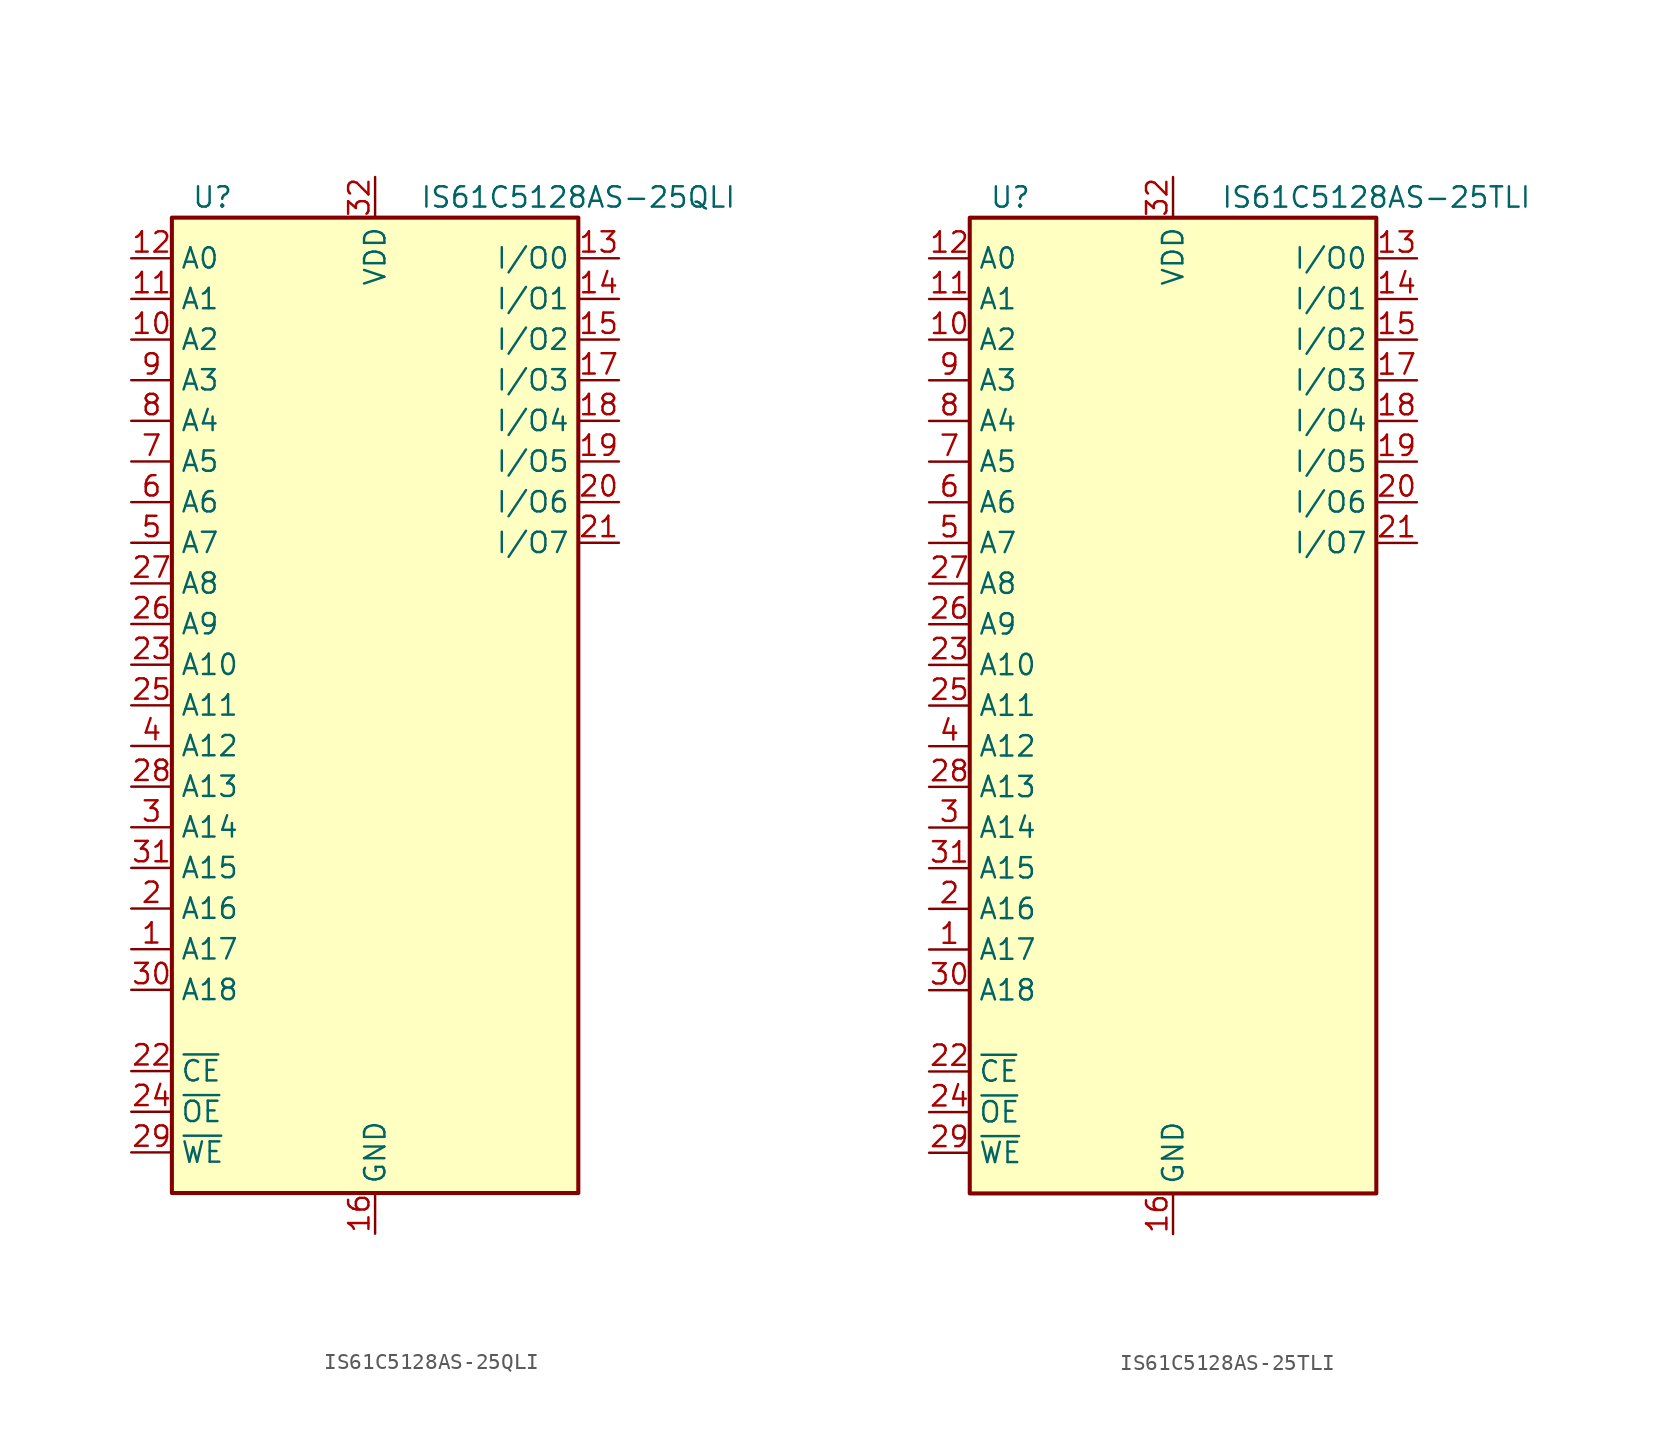
<source format=kicad_sym>
(kicad_symbol_lib
  (version 20211014)
  (generator kicad_symbol_editor)
  (symbol "IS61C5128AS-25QLI"
    (property "Reference" "U"
      (at -10.16 31.75 0)
      (effects (font (size 1.27 1.27))))
    (property "Value" "IS61C5128AS-25QLI"
      (at 12.7 31.75 0)
      (effects (font (size 1.27 1.27))))
    (symbol "IS61C5128AS-25QLI_0_1"
      (rectangle (start -12.7 30.48) (end 12.7 -30.48) (stroke (width 0.254) (type default) (color 0 0 0 0)) (fill (type background))))
    (symbol "IS61C5128AS-25QLI_1_1"
      (pin input line (at -15.24 -15.24 0) (length 2.54) (name "A17" (effects (font (size 1.27 1.27)))) (number "1" (effects (font (size 1.27 1.27)))))
      (pin input line (at -15.24 22.86 0) (length 2.54) (name "A2" (effects (font (size 1.27 1.27)))) (number "10" (effects (font (size 1.27 1.27)))))
      (pin input line (at -15.24 25.4 0) (length 2.54) (name "A1" (effects (font (size 1.27 1.27)))) (number "11" (effects (font (size 1.27 1.27)))))
      (pin input line (at -15.24 27.94 0) (length 2.54) (name "A0" (effects (font (size 1.27 1.27)))) (number "12" (effects (font (size 1.27 1.27)))))
      (pin bidirectional line (at 15.24 27.94 180) (length 2.54) (name "I/O0" (effects (font (size 1.27 1.27)))) (number "13" (effects (font (size 1.27 1.27)))))
      (pin bidirectional line (at 15.24 25.4 180) (length 2.54) (name "I/O1" (effects (font (size 1.27 1.27)))) (number "14" (effects (font (size 1.27 1.27)))))
      (pin bidirectional line (at 15.24 22.86 180) (length 2.54) (name "I/O2" (effects (font (size 1.27 1.27)))) (number "15" (effects (font (size 1.27 1.27)))))
      (pin power_in line (at 0 -33.02 90) (length 2.54) (name "GND" (effects (font (size 1.27 1.27)))) (number "16" (effects (font (size 1.27 1.27)))))
      (pin bidirectional line (at 15.24 20.32 180) (length 2.54) (name "I/O3" (effects (font (size 1.27 1.27)))) (number "17" (effects (font (size 1.27 1.27)))))
      (pin bidirectional line (at 15.24 17.78 180) (length 2.54) (name "I/O4" (effects (font (size 1.27 1.27)))) (number "18" (effects (font (size 1.27 1.27)))))
      (pin bidirectional line (at 15.24 15.24 180) (length 2.54) (name "I/O5" (effects (font (size 1.27 1.27)))) (number "19" (effects (font (size 1.27 1.27)))))
      (pin input line (at -15.24 -12.7 0) (length 2.54) (name "A16" (effects (font (size 1.27 1.27)))) (number "2" (effects (font (size 1.27 1.27)))))
      (pin bidirectional line (at 15.24 12.7 180) (length 2.54) (name "I/O6" (effects (font (size 1.27 1.27)))) (number "20" (effects (font (size 1.27 1.27)))))
      (pin bidirectional line (at 15.24 10.16 180) (length 2.54) (name "I/O7" (effects (font (size 1.27 1.27)))) (number "21" (effects (font (size 1.27 1.27)))))
      (pin input line (at -15.24 -22.86 0) (length 2.54) (name "~{CE}" (effects (font (size 1.27 1.27)))) (number "22" (effects (font (size 1.27 1.27)))))
      (pin input line (at -15.24 2.54 0) (length 2.54) (name "A10" (effects (font (size 1.27 1.27)))) (number "23" (effects (font (size 1.27 1.27)))))
      (pin input line (at -15.24 -25.4 0) (length 2.54) (name "~{OE}" (effects (font (size 1.27 1.27)))) (number "24" (effects (font (size 1.27 1.27)))))
      (pin input line (at -15.24 0 0) (length 2.54) (name "A11" (effects (font (size 1.27 1.27)))) (number "25" (effects (font (size 1.27 1.27)))))
      (pin input line (at -15.24 5.08 0) (length 2.54) (name "A9" (effects (font (size 1.27 1.27)))) (number "26" (effects (font (size 1.27 1.27)))))
      (pin input line (at -15.24 7.62 0) (length 2.54) (name "A8" (effects (font (size 1.27 1.27)))) (number "27" (effects (font (size 1.27 1.27)))))
      (pin input line (at -15.24 -5.08 0) (length 2.54) (name "A13" (effects (font (size 1.27 1.27)))) (number "28" (effects (font (size 1.27 1.27)))))
      (pin input line (at -15.24 -27.94 0) (length 2.54) (name "~{WE}" (effects (font (size 1.27 1.27)))) (number "29" (effects (font (size 1.27 1.27)))))
      (pin input line (at -15.24 -7.62 0) (length 2.54) (name "A14" (effects (font (size 1.27 1.27)))) (number "3" (effects (font (size 1.27 1.27)))))
      (pin input line (at -15.24 -17.78 0) (length 2.54) (name "A18" (effects (font (size 1.27 1.27)))) (number "30" (effects (font (size 1.27 1.27)))))
      (pin input line (at -15.24 -10.16 0) (length 2.54) (name "A15" (effects (font (size 1.27 1.27)))) (number "31" (effects (font (size 1.27 1.27)))))
      (pin power_in line (at 0 33.02 270) (length 2.54) (name "VDD" (effects (font (size 1.27 1.27)))) (number "32" (effects (font (size 1.27 1.27)))))
      (pin input line (at -15.24 -2.54 0) (length 2.54) (name "A12" (effects (font (size 1.27 1.27)))) (number "4" (effects (font (size 1.27 1.27)))))
      (pin input line (at -15.24 10.16 0) (length 2.54) (name "A7" (effects (font (size 1.27 1.27)))) (number "5" (effects (font (size 1.27 1.27)))))
      (pin input line (at -15.24 12.7 0) (length 2.54) (name "A6" (effects (font (size 1.27 1.27)))) (number "6" (effects (font (size 1.27 1.27)))))
      (pin input line (at -15.24 15.24 0) (length 2.54) (name "A5" (effects (font (size 1.27 1.27)))) (number "7" (effects (font (size 1.27 1.27)))))
      (pin input line (at -15.24 17.78 0) (length 2.54) (name "A4" (effects (font (size 1.27 1.27)))) (number "8" (effects (font (size 1.27 1.27)))))
      (pin input line (at -15.24 20.32 0) (length 2.54) (name "A3" (effects (font (size 1.27 1.27)))) (number "9" (effects (font (size 1.27 1.27)))))))
  (symbol "IS61C5128AS-25TLI"
    (property "Reference" "U"
      (at -10.16 31.75 0)
      (effects (font (size 1.27 1.27))))
    (property "Value" "IS61C5128AS-25TLI"
      (at 12.7 31.75 0)
      (effects (font (size 1.27 1.27))))
    (symbol "IS61C5128AS-25TLI_0_1"
      (rectangle (start -12.7 30.48) (end 12.7 -30.48) (stroke (width 0.254) (type default) (color 0 0 0 0)) (fill (type background))))
    (symbol "IS61C5128AS-25TLI_1_1"
      (pin input line (at -15.24 -15.24 0) (length 2.54) (name "A17" (effects (font (size 1.27 1.27)))) (number "1" (effects (font (size 1.27 1.27)))))
      (pin input line (at -15.24 22.86 0) (length 2.54) (name "A2" (effects (font (size 1.27 1.27)))) (number "10" (effects (font (size 1.27 1.27)))))
      (pin input line (at -15.24 25.4 0) (length 2.54) (name "A1" (effects (font (size 1.27 1.27)))) (number "11" (effects (font (size 1.27 1.27)))))
      (pin input line (at -15.24 27.94 0) (length 2.54) (name "A0" (effects (font (size 1.27 1.27)))) (number "12" (effects (font (size 1.27 1.27)))))
      (pin bidirectional line (at 15.24 27.94 180) (length 2.54) (name "I/O0" (effects (font (size 1.27 1.27)))) (number "13" (effects (font (size 1.27 1.27)))))
      (pin bidirectional line (at 15.24 25.4 180) (length 2.54) (name "I/O1" (effects (font (size 1.27 1.27)))) (number "14" (effects (font (size 1.27 1.27)))))
      (pin bidirectional line (at 15.24 22.86 180) (length 2.54) (name "I/O2" (effects (font (size 1.27 1.27)))) (number "15" (effects (font (size 1.27 1.27)))))
      (pin power_in line (at 0 -33.02 90) (length 2.54) (name "GND" (effects (font (size 1.27 1.27)))) (number "16" (effects (font (size 1.27 1.27)))))
      (pin bidirectional line (at 15.24 20.32 180) (length 2.54) (name "I/O3" (effects (font (size 1.27 1.27)))) (number "17" (effects (font (size 1.27 1.27)))))
      (pin bidirectional line (at 15.24 17.78 180) (length 2.54) (name "I/O4" (effects (font (size 1.27 1.27)))) (number "18" (effects (font (size 1.27 1.27)))))
      (pin bidirectional line (at 15.24 15.24 180) (length 2.54) (name "I/O5" (effects (font (size 1.27 1.27)))) (number "19" (effects (font (size 1.27 1.27)))))
      (pin input line (at -15.24 -12.7 0) (length 2.54) (name "A16" (effects (font (size 1.27 1.27)))) (number "2" (effects (font (size 1.27 1.27)))))
      (pin bidirectional line (at 15.24 12.7 180) (length 2.54) (name "I/O6" (effects (font (size 1.27 1.27)))) (number "20" (effects (font (size 1.27 1.27)))))
      (pin bidirectional line (at 15.24 10.16 180) (length 2.54) (name "I/O7" (effects (font (size 1.27 1.27)))) (number "21" (effects (font (size 1.27 1.27)))))
      (pin input line (at -15.24 -22.86 0) (length 2.54) (name "~{CE}" (effects (font (size 1.27 1.27)))) (number "22" (effects (font (size 1.27 1.27)))))
      (pin input line (at -15.24 2.54 0) (length 2.54) (name "A10" (effects (font (size 1.27 1.27)))) (number "23" (effects (font (size 1.27 1.27)))))
      (pin input line (at -15.24 -25.4 0) (length 2.54) (name "~{OE}" (effects (font (size 1.27 1.27)))) (number "24" (effects (font (size 1.27 1.27)))))
      (pin input line (at -15.24 0 0) (length 2.54) (name "A11" (effects (font (size 1.27 1.27)))) (number "25" (effects (font (size 1.27 1.27)))))
      (pin input line (at -15.24 5.08 0) (length 2.54) (name "A9" (effects (font (size 1.27 1.27)))) (number "26" (effects (font (size 1.27 1.27)))))
      (pin input line (at -15.24 7.62 0) (length 2.54) (name "A8" (effects (font (size 1.27 1.27)))) (number "27" (effects (font (size 1.27 1.27)))))
      (pin input line (at -15.24 -5.08 0) (length 2.54) (name "A13" (effects (font (size 1.27 1.27)))) (number "28" (effects (font (size 1.27 1.27)))))
      (pin input line (at -15.24 -27.94 0) (length 2.54) (name "~{WE}" (effects (font (size 1.27 1.27)))) (number "29" (effects (font (size 1.27 1.27)))))
      (pin input line (at -15.24 -7.62 0) (length 2.54) (name "A14" (effects (font (size 1.27 1.27)))) (number "3" (effects (font (size 1.27 1.27)))))
      (pin input line (at -15.24 -17.78 0) (length 2.54) (name "A18" (effects (font (size 1.27 1.27)))) (number "30" (effects (font (size 1.27 1.27)))))
      (pin input line (at -15.24 -10.16 0) (length 2.54) (name "A15" (effects (font (size 1.27 1.27)))) (number "31" (effects (font (size 1.27 1.27)))))
      (pin power_in line (at 0 33.02 270) (length 2.54) (name "VDD" (effects (font (size 1.27 1.27)))) (number "32" (effects (font (size 1.27 1.27)))))
      (pin input line (at -15.24 -2.54 0) (length 2.54) (name "A12" (effects (font (size 1.27 1.27)))) (number "4" (effects (font (size 1.27 1.27)))))
      (pin input line (at -15.24 10.16 0) (length 2.54) (name "A7" (effects (font (size 1.27 1.27)))) (number "5" (effects (font (size 1.27 1.27)))))
      (pin input line (at -15.24 12.7 0) (length 2.54) (name "A6" (effects (font (size 1.27 1.27)))) (number "6" (effects (font (size 1.27 1.27)))))
      (pin input line (at -15.24 15.24 0) (length 2.54) (name "A5" (effects (font (size 1.27 1.27)))) (number "7" (effects (font (size 1.27 1.27)))))
      (pin input line (at -15.24 17.78 0) (length 2.54) (name "A4" (effects (font (size 1.27 1.27)))) (number "8" (effects (font (size 1.27 1.27)))))
      (pin input line (at -15.24 20.32 0) (length 2.54) (name "A3" (effects (font (size 1.27 1.27)))) (number "9" (effects (font (size 1.27 1.27))))))))
</source>
